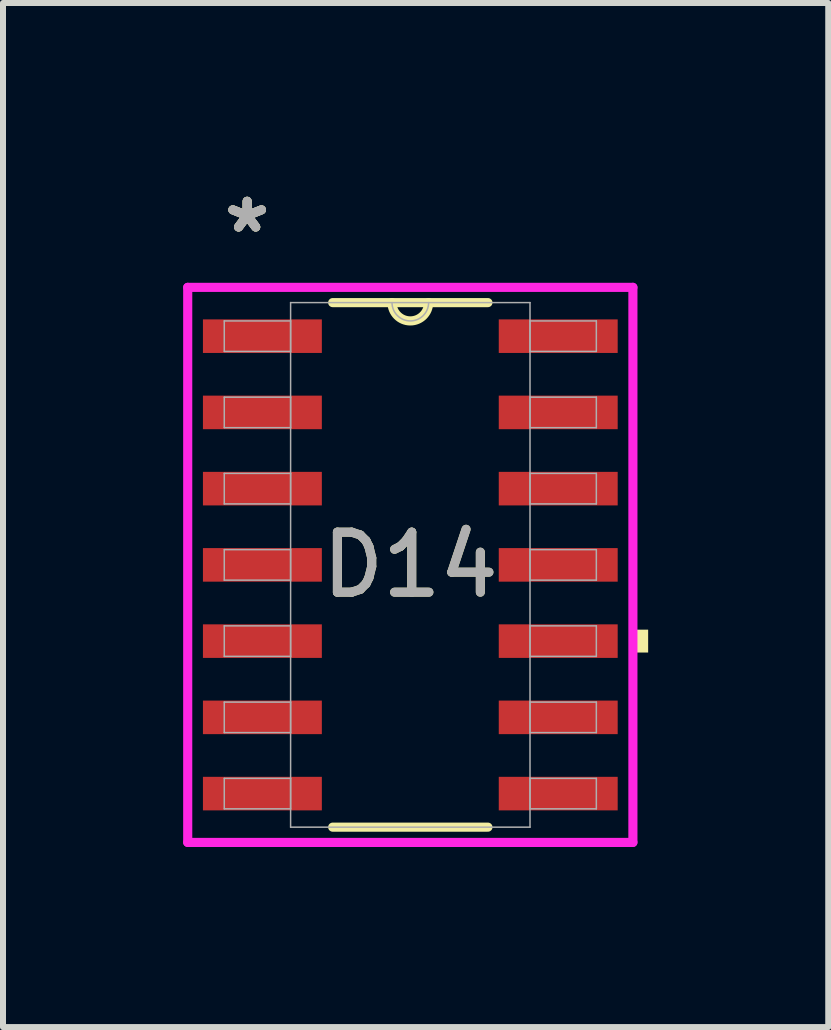
<source format=kicad_pcb>
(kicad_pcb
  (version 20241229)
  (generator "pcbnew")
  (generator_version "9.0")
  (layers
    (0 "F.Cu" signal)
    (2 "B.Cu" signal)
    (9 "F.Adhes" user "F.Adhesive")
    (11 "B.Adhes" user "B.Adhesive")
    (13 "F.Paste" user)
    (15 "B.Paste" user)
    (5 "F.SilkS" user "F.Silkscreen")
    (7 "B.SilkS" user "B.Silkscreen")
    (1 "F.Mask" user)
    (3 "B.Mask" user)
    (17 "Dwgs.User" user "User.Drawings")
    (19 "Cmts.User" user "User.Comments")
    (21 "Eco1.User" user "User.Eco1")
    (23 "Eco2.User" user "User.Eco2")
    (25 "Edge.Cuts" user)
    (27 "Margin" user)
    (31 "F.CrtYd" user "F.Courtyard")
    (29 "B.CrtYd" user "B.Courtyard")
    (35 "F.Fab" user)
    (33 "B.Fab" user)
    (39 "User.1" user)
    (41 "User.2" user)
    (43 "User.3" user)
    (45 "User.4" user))
  (footprint "D14"
    (layer "F.Cu")
    (at 3.785 6.36)
    (property "Reference" "D14" (at 0 0 0) (unlocked yes) (layer "F.SilkS") (effects (font (size 1 1) (thickness 0.15))))
    (attr smd)
    (fp_line (start -1.293 4.369) (end 1.293 4.369) (stroke (width 0.152) (type solid)) (layer "F.SilkS"))
    (fp_line (start 1.293 -4.369) (end -1.293 -4.369) (stroke (width 0.152) (type solid)) (layer "F.SilkS"))
    (fp_arc (start 0.3048 -4.3688) (mid 0 -4.064) (end -0.3048 -4.3688) (stroke (width 0.1524) (type solid)) (layer "F.SilkS"))
    (fp_poly (pts (xy 3.962 1.079) (xy 3.962 1.46) (xy 3.708 1.46) (xy 3.708 1.079)) (stroke (width 0) (type solid)) (fill yes) (layer "F.SilkS"))
    (fp_line (start -3.708 -4.623) (end 3.708 -4.623) (stroke (width 0.152) (type solid)) (layer "F.CrtYd"))
    (fp_line (start -3.708 4.623) (end -3.708 -4.623) (stroke (width 0.152) (type solid)) (layer "F.CrtYd"))
    (fp_line (start 3.708 -4.623) (end 3.708 4.623) (stroke (width 0.152) (type solid)) (layer "F.CrtYd"))
    (fp_line (start 3.708 4.623) (end -3.708 4.623) (stroke (width 0.152) (type solid)) (layer "F.CrtYd"))
    (fp_line (start -3.099 -4.064) (end -3.099 -3.556) (stroke (width 0.025) (type solid)) (layer "F.Fab"))
    (fp_line (start -3.099 -3.556) (end -1.994 -3.556) (stroke (width 0.025) (type solid)) (layer "F.Fab"))
    (fp_line (start -3.099 -2.794) (end -3.099 -2.286) (stroke (width 0.025) (type solid)) (layer "F.Fab"))
    (fp_line (start -3.099 -2.286) (end -1.994 -2.286) (stroke (width 0.025) (type solid)) (layer "F.Fab"))
    (fp_line (start -3.099 -1.524) (end -3.099 -1.016) (stroke (width 0.025) (type solid)) (layer "F.Fab"))
    (fp_line (start -3.099 -1.016) (end -1.994 -1.016) (stroke (width 0.025) (type solid)) (layer "F.Fab"))
    (fp_line (start -3.099 -0.254) (end -3.099 0.254) (stroke (width 0.025) (type solid)) (layer "F.Fab"))
    (fp_line (start -3.099 0.254) (end -1.994 0.254) (stroke (width 0.025) (type solid)) (layer "F.Fab"))
    (fp_line (start -3.099 1.016) (end -3.099 1.524) (stroke (width 0.025) (type solid)) (layer "F.Fab"))
    (fp_line (start -3.099 1.524) (end -1.994 1.524) (stroke (width 0.025) (type solid)) (layer "F.Fab"))
    (fp_line (start -3.099 2.286) (end -3.099 2.794) (stroke (width 0.025) (type solid)) (layer "F.Fab"))
    (fp_line (start -3.099 2.794) (end -1.994 2.794) (stroke (width 0.025) (type solid)) (layer "F.Fab"))
    (fp_line (start -3.099 3.556) (end -3.099 4.064) (stroke (width 0.025) (type solid)) (layer "F.Fab"))
    (fp_line (start -3.099 4.064) (end -1.994 4.064) (stroke (width 0.025) (type solid)) (layer "F.Fab"))
    (fp_line (start -1.994 -4.369) (end -1.994 4.369) (stroke (width 0.025) (type solid)) (layer "F.Fab"))
    (fp_line (start -1.994 -4.064) (end -3.099 -4.064) (stroke (width 0.025) (type solid)) (layer "F.Fab"))
    (fp_line (start -1.994 -3.556) (end -1.994 -4.064) (stroke (width 0.025) (type solid)) (layer "F.Fab"))
    (fp_line (start -1.994 -2.794) (end -3.099 -2.794) (stroke (width 0.025) (type solid)) (layer "F.Fab"))
    (fp_line (start -1.994 -2.286) (end -1.994 -2.794) (stroke (width 0.025) (type solid)) (layer "F.Fab"))
    (fp_line (start -1.994 -1.524) (end -3.099 -1.524) (stroke (width 0.025) (type solid)) (layer "F.Fab"))
    (fp_line (start -1.994 -1.016) (end -1.994 -1.524) (stroke (width 0.025) (type solid)) (layer "F.Fab"))
    (fp_line (start -1.994 -0.254) (end -3.099 -0.254) (stroke (width 0.025) (type solid)) (layer "F.Fab"))
    (fp_line (start -1.994 0.254) (end -1.994 -0.254) (stroke (width 0.025) (type solid)) (layer "F.Fab"))
    (fp_line (start -1.994 1.016) (end -3.099 1.016) (stroke (width 0.025) (type solid)) (layer "F.Fab"))
    (fp_line (start -1.994 1.524) (end -1.994 1.016) (stroke (width 0.025) (type solid)) (layer "F.Fab"))
    (fp_line (start -1.994 2.286) (end -3.099 2.286) (stroke (width 0.025) (type solid)) (layer "F.Fab"))
    (fp_line (start -1.994 2.794) (end -1.994 2.286) (stroke (width 0.025) (type solid)) (layer "F.Fab"))
    (fp_line (start -1.994 3.556) (end -3.099 3.556) (stroke (width 0.025) (type solid)) (layer "F.Fab"))
    (fp_line (start -1.994 4.064) (end -1.994 3.556) (stroke (width 0.025) (type solid)) (layer "F.Fab"))
    (fp_line (start -1.994 4.369) (end 1.994 4.369) (stroke (width 0.025) (type solid)) (layer "F.Fab"))
    (fp_line (start 1.994 -4.369) (end -1.994 -4.369) (stroke (width 0.025) (type solid)) (layer "F.Fab"))
    (fp_line (start 1.994 -4.064) (end 1.994 -3.556) (stroke (width 0.025) (type solid)) (layer "F.Fab"))
    (fp_line (start 1.994 -3.556) (end 3.099 -3.556) (stroke (width 0.025) (type solid)) (layer "F.Fab"))
    (fp_line (start 1.994 -2.794) (end 1.994 -2.286) (stroke (width 0.025) (type solid)) (layer "F.Fab"))
    (fp_line (start 1.994 -2.286) (end 3.099 -2.286) (stroke (width 0.025) (type solid)) (layer "F.Fab"))
    (fp_line (start 1.994 -1.524) (end 1.994 -1.016) (stroke (width 0.025) (type solid)) (layer "F.Fab"))
    (fp_line (start 1.994 -1.016) (end 3.099 -1.016) (stroke (width 0.025) (type solid)) (layer "F.Fab"))
    (fp_line (start 1.994 -0.254) (end 1.994 0.254) (stroke (width 0.025) (type solid)) (layer "F.Fab"))
    (fp_line (start 1.994 0.254) (end 3.099 0.254) (stroke (width 0.025) (type solid)) (layer "F.Fab"))
    (fp_line (start 1.994 1.016) (end 1.994 1.524) (stroke (width 0.025) (type solid)) (layer "F.Fab"))
    (fp_line (start 1.994 1.524) (end 3.099 1.524) (stroke (width 0.025) (type solid)) (layer "F.Fab"))
    (fp_line (start 1.994 2.286) (end 1.994 2.794) (stroke (width 0.025) (type solid)) (layer "F.Fab"))
    (fp_line (start 1.994 2.794) (end 3.099 2.794) (stroke (width 0.025) (type solid)) (layer "F.Fab"))
    (fp_line (start 1.994 3.556) (end 1.994 4.064) (stroke (width 0.025) (type solid)) (layer "F.Fab"))
    (fp_line (start 1.994 4.064) (end 3.099 4.064) (stroke (width 0.025) (type solid)) (layer "F.Fab"))
    (fp_line (start 1.994 4.369) (end 1.994 -4.369) (stroke (width 0.025) (type solid)) (layer "F.Fab"))
    (fp_line (start 3.099 -4.064) (end 1.994 -4.064) (stroke (width 0.025) (type solid)) (layer "F.Fab"))
    (fp_line (start 3.099 -3.556) (end 3.099 -4.064) (stroke (width 0.025) (type solid)) (layer "F.Fab"))
    (fp_line (start 3.099 -2.794) (end 1.994 -2.794) (stroke (width 0.025) (type solid)) (layer "F.Fab"))
    (fp_line (start 3.099 -2.286) (end 3.099 -2.794) (stroke (width 0.025) (type solid)) (layer "F.Fab"))
    (fp_line (start 3.099 -1.524) (end 1.994 -1.524) (stroke (width 0.025) (type solid)) (layer "F.Fab"))
    (fp_line (start 3.099 -1.016) (end 3.099 -1.524) (stroke (width 0.025) (type solid)) (layer "F.Fab"))
    (fp_line (start 3.099 -0.254) (end 1.994 -0.254) (stroke (width 0.025) (type solid)) (layer "F.Fab"))
    (fp_line (start 3.099 0.254) (end 3.099 -0.254) (stroke (width 0.025) (type solid)) (layer "F.Fab"))
    (fp_line (start 3.099 1.016) (end 1.994 1.016) (stroke (width 0.025) (type solid)) (layer "F.Fab"))
    (fp_line (start 3.099 1.524) (end 3.099 1.016) (stroke (width 0.025) (type solid)) (layer "F.Fab"))
    (fp_line (start 3.099 2.286) (end 1.994 2.286) (stroke (width 0.025) (type solid)) (layer "F.Fab"))
    (fp_line (start 3.099 2.794) (end 3.099 2.286) (stroke (width 0.025) (type solid)) (layer "F.Fab"))
    (fp_line (start 3.099 3.556) (end 1.994 3.556) (stroke (width 0.025) (type solid)) (layer "F.Fab"))
    (fp_line (start 3.099 4.064) (end 3.099 3.556) (stroke (width 0.025) (type solid)) (layer "F.Fab"))
    (fp_arc (start 0.3048 -4.3688) (mid 0 -4.064) (end -0.3048 -4.3688) (stroke (width 0.0254) (type solid)) (layer "F.Fab"))
    (fp_text user "*" (at -2.718 -5.512 0) (unlocked yes) (layer "F.SilkS") (effects (font (size 1 1) (thickness 0.15))))
    (fp_text user "*" (at -2.718 -5.512 0) (layer "F.SilkS") (effects (font (size 1 1) (thickness 0.15))))
    (fp_text user "${REFERENCE}" (at 0 0 0) (unlocked yes) (layer "F.Fab") (effects (font (size 1 1) (thickness 0.15))))
    (fp_text user "*" (at -2.718 -5.512 0) (layer "F.Fab") (effects (font (size 1 1) (thickness 0.15))))
    (fp_text user "*" (at -2.718 -5.512 0) (unlocked yes) (layer "F.Fab") (effects (font (size 1 1) (thickness 0.15))))
    (pad "1" smd rect (at -2.464 -3.81) (size 1.981 0.559) (layers "F.Cu" "F.Mask" "F.Paste"))
    (pad "2" smd rect (at -2.464 -2.54) (size 1.981 0.559) (layers "F.Cu" "F.Mask" "F.Paste"))
    (pad "3" smd rect (at -2.464 -1.27) (size 1.981 0.559) (layers "F.Cu" "F.Mask" "F.Paste"))
    (pad "4" smd rect (at -2.464 0) (size 1.981 0.559) (layers "F.Cu" "F.Mask" "F.Paste"))
    (pad "5" smd rect (at -2.464 1.27) (size 1.981 0.559) (layers "F.Cu" "F.Mask" "F.Paste"))
    (pad "6" smd rect (at -2.464 2.54) (size 1.981 0.559) (layers "F.Cu" "F.Mask" "F.Paste"))
    (pad "7" smd rect (at -2.464 3.81) (size 1.981 0.559) (layers "F.Cu" "F.Mask" "F.Paste"))
    (pad "8" smd rect (at 2.464 3.81) (size 1.981 0.559) (layers "F.Cu" "F.Mask" "F.Paste"))
    (pad "9" smd rect (at 2.464 2.54) (size 1.981 0.559) (layers "F.Cu" "F.Mask" "F.Paste"))
    (pad "10" smd rect (at 2.464 1.27) (size 1.981 0.559) (layers "F.Cu" "F.Mask" "F.Paste"))
    (pad "11" smd rect (at 2.464 0) (size 1.981 0.559) (layers "F.Cu" "F.Mask" "F.Paste"))
    (pad "12" smd rect (at 2.464 -1.27) (size 1.981 0.559) (layers "F.Cu" "F.Mask" "F.Paste"))
    (pad "13" smd rect (at 2.464 -2.54) (size 1.981 0.559) (layers "F.Cu" "F.Mask" "F.Paste"))
    (pad "14" smd rect (at 2.464 -3.81) (size 1.981 0.559) (layers "F.Cu" "F.Mask" "F.Paste")))
  (gr_rect
    (start -3 -3)
    (end 10.747 14.059)
    (stroke (width 0.1) (type default))
    (fill no)
    (layer "Edge.Cuts")))
</source>
